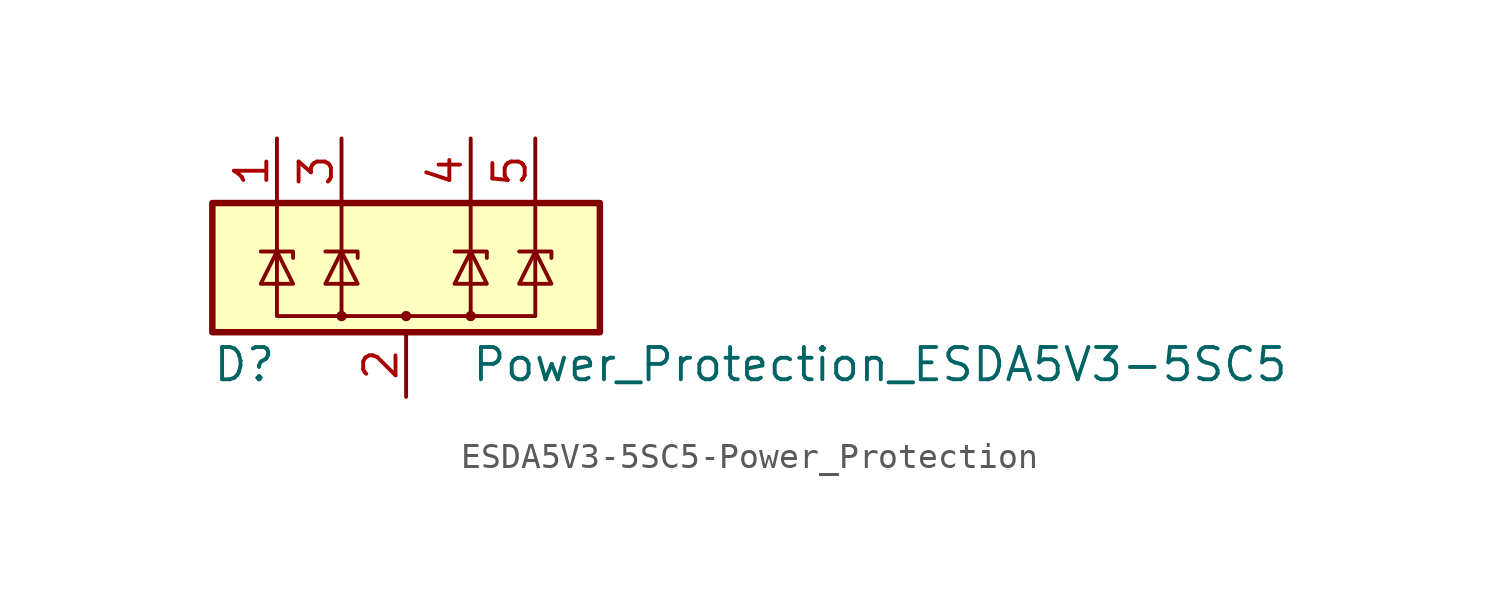
<source format=kicad_sym>
(kicad_symbol_lib
  (version 20220914)
  (generator kicad_symbol_editor)
  (symbol "ESDA5V3-5SC5-Power_Protection"
    (pin_names hide)
    (property "Reference" "D"
      (at -5.08 -3.81 0)
      (effects (font (size 1.27 1.27)) (justify right)))
    (property "Value" "Power_Protection_ESDA5V3-5SC5"
      (at 2.54 -3.81 0)
      (effects (font (size 1.27 1.27)) (justify left)))
    (symbol "ESDA5V3-5SC5-Power_Protection_0_0"
      (pin passive line (at 0 -5.08 90) (length 2.54) (name "GND" (effects (font (size 1.27 1.27)))) (number "2" (effects (font (size 1.27 1.27))))))
    (symbol "ESDA5V3-5SC5-Power_Protection_0_1"
      (rectangle (start -7.62 2.54) (end 7.62 -2.54) (stroke (width 0.254) (type solid)) (fill (type background)))
      (circle (center -2.54 -1.905) (radius 0.127) (stroke (width 0) (type solid)) (fill (type none)))
      (circle (center 0 -1.905) (radius 0.127) (stroke (width 0) (type solid)) (fill (type none)))
      (polyline (pts (xy -2.54 2.54) (xy -2.54 -1.905)) (stroke (width 0) (type solid)) (fill (type none)))
      (polyline (pts (xy 2.54 2.54) (xy 2.54 -1.905)) (stroke (width 0) (type solid)) (fill (type none)))
      (polyline (pts (xy -5.715 0.635) (xy -4.445 0.635) (xy -4.445 0.381)) (stroke (width 0) (type solid)) (fill (type none)))
      (polyline (pts (xy -3.175 0.635) (xy -1.905 0.635) (xy -1.905 0.381)) (stroke (width 0) (type solid)) (fill (type none)))
      (polyline (pts (xy 1.905 0.635) (xy 3.175 0.635) (xy 3.175 0.381)) (stroke (width 0) (type solid)) (fill (type none)))
      (polyline (pts (xy 4.445 0.635) (xy 5.715 0.635) (xy 5.715 0.381)) (stroke (width 0) (type solid)) (fill (type none)))
      (polyline (pts (xy -5.715 -0.635) (xy -4.445 -0.635) (xy -5.08 0.635) (xy -5.715 -0.635)) (stroke (width 0) (type solid)) (fill (type none)))
      (polyline (pts (xy -5.08 2.54) (xy -5.08 -1.905) (xy 5.08 -1.905) (xy 5.08 2.54)) (stroke (width 0) (type solid)) (fill (type none)))
      (polyline (pts (xy -3.175 -0.635) (xy -1.905 -0.635) (xy -2.54 0.635) (xy -3.175 -0.635)) (stroke (width 0) (type solid)) (fill (type none)))
      (polyline (pts (xy 1.905 -0.635) (xy 3.175 -0.635) (xy 2.54 0.635) (xy 1.905 -0.635)) (stroke (width 0) (type solid)) (fill (type none)))
      (polyline (pts (xy 4.445 -0.635) (xy 5.715 -0.635) (xy 5.08 0.635) (xy 4.445 -0.635)) (stroke (width 0) (type solid)) (fill (type none)))
      (circle (center 2.54 -1.905) (radius 0.127) (stroke (width 0) (type solid)) (fill (type none))))
    (symbol "ESDA5V3-5SC5-Power_Protection_1_1"
      (pin passive line (at -5.08 5.08 270) (length 2.54) (name "IO1" (effects (font (size 1.27 1.27)))) (number "1" (effects (font (size 1.27 1.27)))))
      (pin passive line (at -2.54 5.08 270) (length 2.54) (name "IO2" (effects (font (size 1.27 1.27)))) (number "3" (effects (font (size 1.27 1.27)))))
      (pin passive line (at 2.54 5.08 270) (length 2.54) (name "IO4" (effects (font (size 1.27 1.27)))) (number "4" (effects (font (size 1.27 1.27)))))
      (pin passive line (at 5.08 5.08 270) (length 2.54) (name "IO5" (effects (font (size 1.27 1.27)))) (number "5" (effects (font (size 1.27 1.27))))))))
</source>
